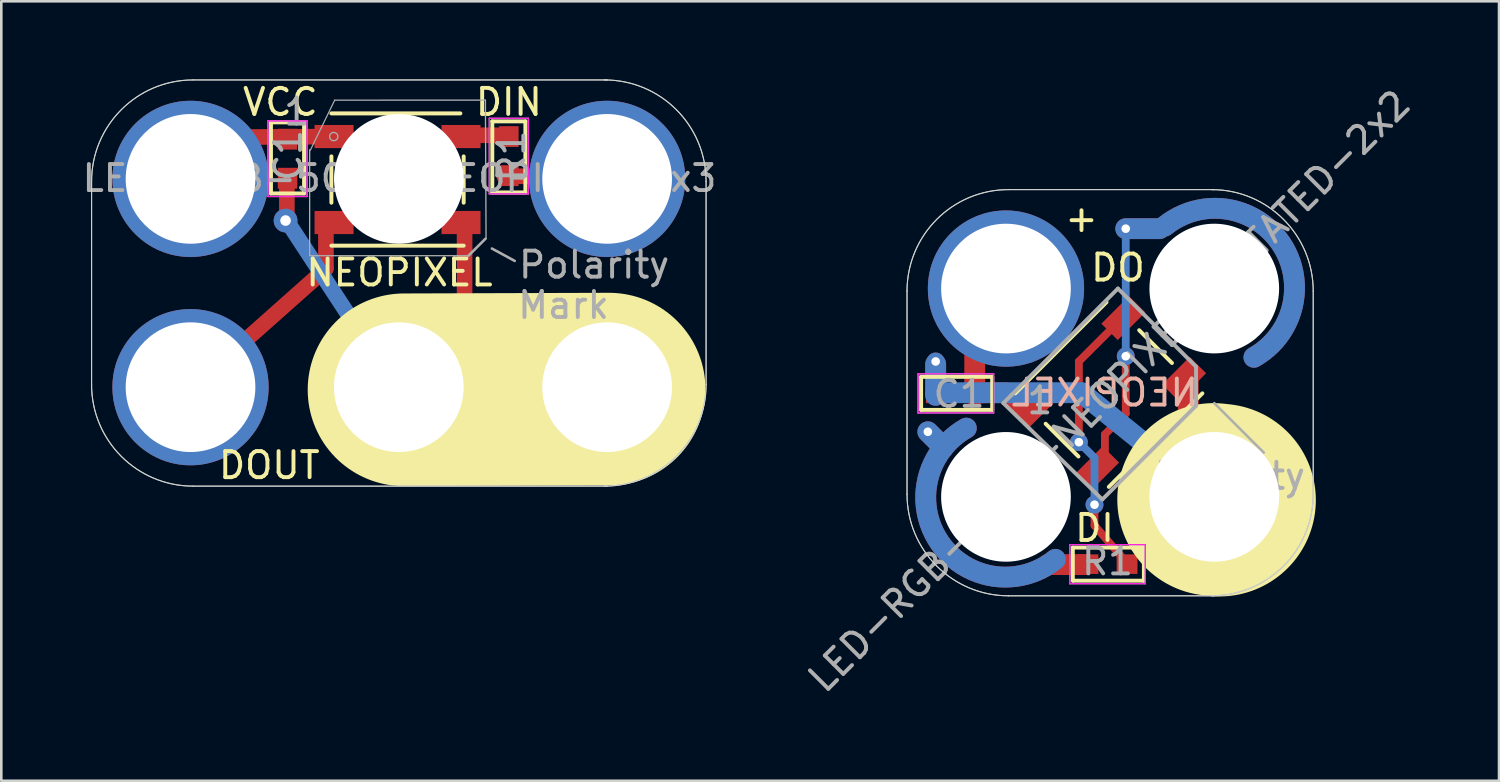
<source format=kicad_pcb>
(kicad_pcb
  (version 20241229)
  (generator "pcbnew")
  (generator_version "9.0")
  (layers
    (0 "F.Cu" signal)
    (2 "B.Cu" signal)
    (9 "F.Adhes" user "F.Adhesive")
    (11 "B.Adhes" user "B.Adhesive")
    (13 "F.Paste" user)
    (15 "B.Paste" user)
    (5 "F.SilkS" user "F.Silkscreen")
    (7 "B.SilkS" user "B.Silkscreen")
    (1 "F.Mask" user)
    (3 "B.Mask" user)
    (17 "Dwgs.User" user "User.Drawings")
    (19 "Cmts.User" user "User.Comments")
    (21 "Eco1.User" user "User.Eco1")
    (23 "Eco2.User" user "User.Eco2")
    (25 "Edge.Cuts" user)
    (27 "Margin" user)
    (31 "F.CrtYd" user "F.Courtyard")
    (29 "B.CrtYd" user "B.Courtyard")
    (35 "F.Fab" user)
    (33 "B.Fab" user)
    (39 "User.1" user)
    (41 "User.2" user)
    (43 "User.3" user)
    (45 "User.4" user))
  (footprint "LED-RGB-5050-NEOPIXEL-2x3"
    (layer "F.Cu")
    (at 4.267 11.82)
    (property "Reference" "LED-RGB-5050-NEOPIXEL-2x3" (at 8.025 -8.025 0) (layer "F.Fab") (effects (font (size 1 1) (thickness 0.15))))
    (attr through_hole)
    (fp_line (start 0.025 0.05) (end 5.2 -4.55) (stroke (width 0.6) (type solid)) (layer "F.Cu"))
    (fp_line (start 1.025 -9.6) (end 5.375 -9.625) (stroke (width 0.6) (type solid)) (layer "F.Cu"))
    (fp_line (start 3.7 -6.425) (end 3.7 -8.1) (stroke (width 0.6) (type solid)) (layer "F.Cu"))
    (fp_line (start 5.2 -4.575) (end 5.2 -6.25) (stroke (width 0.6) (type solid)) (layer "F.Cu"))
    (fp_line (start 10.4 -9.675) (end 12.1 -9.675) (stroke (width 0.6) (type solid)) (layer "F.Cu"))
    (fp_line (start 10.525 -0.05) (end 10.525 -6.275) (stroke (width 0.6) (type solid)) (layer "F.Cu"))
    (fp_line (start 12.05 -8.1) (end 13.75 -8.1) (stroke (width 0.6) (type solid)) (layer "F.Cu"))
    (fp_line (start 15 -0.1) (end 8.775 -0.1) (stroke (width 0.6) (type solid)) (layer "F.Cu"))
    (fp_arc (start -0.175 -5.225) (mid -2.779549 -8.073196) (end -0.028706 -10.780364) (stroke (width 0.8) (type solid)) (layer "F.Mask"))
    (fp_arc (start -0.171294 2.780364) (mid -2.775843 -0.067832) (end -0.025 -2.775) (stroke (width 0.8) (type solid)) (layer "F.Mask"))
    (fp_arc (start 16.171294 -10.780364) (mid 18.775843 -7.932168) (end 16.025 -5.225) (stroke (width 0.8) (type solid)) (layer "F.Mask"))
    (fp_line (start 7.9 0.025) (end 3.675 -6.425) (stroke (width 0.6) (type solid)) (layer "B.Cu"))
    (fp_line (start 3.09 -7.441) (end 3.09 -10.172) (stroke (width 0.15) (type solid)) (layer "F.SilkS"))
    (fp_line (start 4.36 -10.172) (end 3.09 -10.172) (stroke (width 0.152) (type solid)) (layer "F.SilkS"))
    (fp_line (start 4.36 -10.172) (end 4.36 -7.441) (stroke (width 0.15) (type solid)) (layer "F.SilkS"))
    (fp_line (start 4.36 -7.441) (end 3.09 -7.441) (stroke (width 0.152) (type solid)) (layer "F.SilkS"))
    (fp_line (start 5.41 -10.515) (end 10.363 -10.515) (stroke (width 0.152) (type solid)) (layer "F.SilkS"))
    (fp_line (start 5.41 -7.086) (end 5.41 -8.864) (stroke (width 0.152) (type solid)) (layer "F.SilkS"))
    (fp_line (start 10.49 -7.086) (end 10.49 -8.864) (stroke (width 0.152) (type solid)) (layer "F.SilkS"))
    (fp_line (start 10.49 -5.435) (end 5.41 -5.435) (stroke (width 0.152) (type solid)) (layer "F.SilkS"))
    (fp_line (start 11.59 -10.209) (end 12.86 -10.209) (stroke (width 0.152) (type solid)) (layer "F.SilkS"))
    (fp_line (start 11.59 -7.478) (end 11.59 -10.209) (stroke (width 0.15) (type solid)) (layer "F.SilkS"))
    (fp_line (start 11.59 -7.478) (end 12.86 -7.478) (stroke (width 0.152) (type solid)) (layer "F.SilkS"))
    (fp_line (start 12.86 -10.209) (end 12.86 -7.478) (stroke (width 0.15) (type solid)) (layer "F.SilkS"))
    (fp_line (start 16.075 0.075) (end 8.2 0.1) (stroke (width 7.4) (type solid)) (layer "F.SilkS"))
    (fp_line (start -3.8 -0.1) (end -3.8 -7.9) (stroke (width 0.041) (type solid)) (layer "Edge.Cuts"))
    (fp_line (start 16 -11.8) (end 0.1 -11.8) (stroke (width 0.041) (type solid)) (layer "Edge.Cuts"))
    (fp_line (start 16 3.8) (end 0.1 3.8) (stroke (width 0.041) (type solid)) (layer "Edge.Cuts"))
    (fp_line (start 19.8 -0.1) (end 19.8 -7.9) (stroke (width 0.041) (type solid)) (layer "Edge.Cuts"))
    (fp_arc (start -3.8 -7.9) (mid -2.657716 -10.657716) (end 0.1 -11.8) (stroke (width 0.04064) (type solid)) (layer "Edge.Cuts"))
    (fp_arc (start 0.1 3.8) (mid -2.657716 2.657716) (end -3.8 -0.1) (stroke (width 0.04064) (type solid)) (layer "Edge.Cuts"))
    (fp_arc (start 15.9 -11.8) (mid 18.657716 -10.657716) (end 19.8 -7.9) (stroke (width 0.04064) (type solid)) (layer "Edge.Cuts"))
    (fp_arc (start 19.8 -0.1) (mid 18.657716 2.657716) (end 15.9 3.8) (stroke (width 0.04064) (type solid)) (layer "Edge.Cuts"))
    (fp_line (start 2.975 -10.225) (end 2.975 -7.325) (stroke (width 0.05) (type solid)) (layer "F.CrtYd"))
    (fp_line (start 4.475 -10.225) (end 2.975 -10.225) (stroke (width 0.05) (type solid)) (layer "F.CrtYd"))
    (fp_line (start 4.475 -10.225) (end 4.475 -7.325) (stroke (width 0.05) (type solid)) (layer "F.CrtYd"))
    (fp_line (start 4.475 -7.325) (end 2.975 -7.325) (stroke (width 0.05) (type solid)) (layer "F.CrtYd"))
    (fp_line (start 11.475 -10.325) (end 12.975 -10.325) (stroke (width 0.05) (type solid)) (layer "F.CrtYd"))
    (fp_line (start 11.475 -7.425) (end 11.475 -10.325) (stroke (width 0.05) (type solid)) (layer "F.CrtYd"))
    (fp_line (start 11.475 -7.425) (end 12.975 -7.425) (stroke (width 0.05) (type solid)) (layer "F.CrtYd"))
    (fp_line (start 12.975 -7.425) (end 12.975 -10.325) (stroke (width 0.05) (type solid)) (layer "F.CrtYd"))
    (fp_line (start -3.8 -0.1) (end -3.8 -7.9) (stroke (width 0.041) (type solid)) (layer "F.Fab"))
    (fp_line (start 2.975 -10.225) (end 2.975 -7.325) (stroke (width 0.05) (type solid)) (layer "F.Fab"))
    (fp_line (start 4.475 -10.225) (end 2.975 -10.225) (stroke (width 0.05) (type solid)) (layer "F.Fab"))
    (fp_line (start 4.475 -10.225) (end 4.475 -7.325) (stroke (width 0.05) (type solid)) (layer "F.Fab"))
    (fp_line (start 4.475 -7.325) (end 2.975 -7.325) (stroke (width 0.05) (type solid)) (layer "F.Fab"))
    (fp_line (start 4.575 -9.118) (end 4.575 -5.054) (stroke (width 0.05) (type solid)) (layer "F.Fab"))
    (fp_line (start 4.575 -5.05) (end 10.675 -5.05) (stroke (width 0.05) (type solid)) (layer "F.Fab"))
    (fp_line (start 5.537 -11.023) (end 4.6 -9.1) (stroke (width 0.046) (type solid)) (layer "F.Fab"))
    (fp_line (start 11.325 -11.025) (end 5.537 -11.023) (stroke (width 0.05) (type solid)) (layer "F.Fab"))
    (fp_line (start 11.325 -5.7) (end 10.675 -5.05) (stroke (width 0.1) (type solid)) (layer "F.Fab"))
    (fp_line (start 11.35 -5.7) (end 11.325 -11.023) (stroke (width 0.05) (type solid)) (layer "F.Fab"))
    (fp_line (start 11.475 -10.325) (end 12.975 -10.325) (stroke (width 0.05) (type solid)) (layer "F.Fab"))
    (fp_line (start 11.475 -7.425) (end 11.475 -10.325) (stroke (width 0.05) (type solid)) (layer "F.Fab"))
    (fp_line (start 11.475 -7.425) (end 12.975 -7.425) (stroke (width 0.05) (type solid)) (layer "F.Fab"))
    (fp_line (start 12.45 -4.85) (end 11.575 -5.325) (stroke (width 0.1) (type solid)) (layer "F.Fab"))
    (fp_line (start 12.975 -7.425) (end 12.975 -10.325) (stroke (width 0.05) (type solid)) (layer "F.Fab"))
    (fp_line (start 16 -11.8) (end 0.1 -11.8) (stroke (width 0.041) (type solid)) (layer "F.Fab"))
    (fp_line (start 16 3.8) (end 0.1 3.8) (stroke (width 0.041) (type solid)) (layer "F.Fab"))
    (fp_line (start 19.8 -0.1) (end 19.8 -7.9) (stroke (width 0.041) (type solid)) (layer "F.Fab"))
    (fp_arc (start -3.8 -7.9) (mid -2.657716 -10.657716) (end 0.1 -11.8) (stroke (width 0.04064) (type solid)) (layer "F.Fab"))
    (fp_arc (start 0.1 3.8) (mid -2.657716 2.657716) (end -3.8 -0.1) (stroke (width 0.04064) (type solid)) (layer "F.Fab"))
    (fp_arc (start 15.9 -11.8) (mid 18.657716 -10.657716) (end 19.8 -7.9) (stroke (width 0.04064) (type solid)) (layer "F.Fab"))
    (fp_arc (start 19.8 -0.1) (mid 18.657716 2.657716) (end 15.9 3.8) (stroke (width 0.04064) (type solid)) (layer "F.Fab"))
    (fp_circle (center 5.5 -9.625) (end 5.45 -9.775) (stroke (width 0.05) (type solid)) (fill no) (layer "F.Fab"))
    (fp_text user "DIN" (at 12.225 -10.95 180) (layer "F.SilkS") (effects (font (size 1 1) (thickness 0.15))))
    (fp_text user "NEOPIXEL" (at 8.025 -4.4 0) (layer "F.SilkS") (effects (font (size 1 1) (thickness 0.15))))
    (fp_text user "VCC" (at 3.45 -10.95 0) (layer "F.SilkS") (effects (font (size 1 1) (thickness 0.15))))
    (fp_text user "DOUT" (at 3.025 3 0) (layer "F.SilkS") (effects (font (size 1 1) (thickness 0.15))))
    (fp_text user "R1" (at 12.325 -8.875 90) (layer "F.Fab") (effects (font (size 1 1) (thickness 0.15))))
    (fp_text user "1" (at 4.075 -10.575 0) (layer "F.Fab") (effects (font (size 1 1) (thickness 0.15))))
    (fp_text user "Mark" (at 14.325 -3.15 180) (layer "F.Fab") (effects (font (size 1 1) (thickness 0.15))))
    (fp_text user "Polarity" (at 15.5 -4.7 180) (layer "F.Fab") (effects (font (size 1 1) (thickness 0.15))))
    (fp_text user "C1" (at 3.75 -8.9 90) (layer "F.Fab") (effects (font (size 1 1) (thickness 0.15))))
    (pad "" np_thru_hole circle (at 8 -8) (size 4.98 4.98) (drill 4.98) (layers "*.Cu"))
    (pad "1" thru_hole circle (at 0 -8) (size 6 6) (drill 4.98) (layers "*.Cu" "B.Mask"))
    (pad "1" smd rect (at 3.725 -9.525 270) (size 0.8 0.75) (layers "F.Cu" "F.Mask" "F.Paste"))
    (pad "1" smd rect (at 5.512 -9.626 180) (size 1.499 0.889) (layers "F.Cu" "F.Mask" "F.Paste"))
    (pad "1" smd rect (at 12.225 -8.125 90) (size 0.8 0.75) (layers "F.Cu" "F.Mask" "F.Paste"))
    (pad "2" thru_hole circle (at 0 0) (size 6 6) (drill 4.98) (layers "*.Cu" "B.Mask"))
    (pad "2" smd rect (at 3.725 -8.025 270) (size 0.8 0.75) (layers "F.Cu" "F.Mask" "F.Paste"))
    (pad "2" smd rect (at 5.512 -6.324 180) (size 1.499 0.889) (layers "F.Cu" "F.Mask" "F.Paste"))
    (pad "2" smd rect (at 12.225 -9.625 90) (size 0.8 0.75) (layers "F.Cu" "F.Mask" "F.Paste"))
    (pad "3" thru_hole circle (at 8 0) (size 6 6) (drill 4.98) (layers "*.Cu" "*.Mask"))
    (pad "3" smd rect (at 10.388 -6.324 180) (size 1.499 0.889) (layers "F.Cu" "F.Mask" "F.Paste"))
    (pad "3" thru_hole circle (at 16 0) (size 6 6) (drill 4.98) (layers "*.Cu" "*.Mask"))
    (pad "4" smd rect (at 10.388 -9.626 180) (size 1.499 0.889) (layers "F.Cu" "F.Mask" "F.Paste"))
    (pad "4" thru_hole circle (at 16 -8) (size 6 6) (drill 4.98) (layers "*.Cu" "B.Mask"))
    (pad "5" thru_hole circle (at 3.65 -6.4) (size 0.914 0.914) (drill 0.406) (layers "*.Cu")))
  (footprint "LED-RGB-5050-NEOPIXEL-ROTATED-2x2"
    (layer "F.Cu")
    (at 35.584 16.032)
    (property "Reference" "LED-RGB-5050-NEOPIXEL-ROTATED-2x2" (at 3.968 -4.063 45) (layer "F.Fab") (effects (font (size 1 1) (thickness 0.15))))
    (attr through_hole)
    (fp_line (start -3 -2.5) (end -2.4 -1.9) (stroke (width 0.8) (type solid)) (layer "F.Cu"))
    (fp_line (start -2.7 -3.9) (end -2.7 -5.1) (stroke (width 0.8) (type solid)) (layer "F.Cu"))
    (fp_line (start -1.2 -4) (end -0.1 -4) (stroke (width 0.8) (type solid)) (layer "F.Cu"))
    (fp_line (start -1.2 -3.9) (end -1.2 -6.6) (stroke (width 0.8) (type solid)) (layer "F.Cu"))
    (fp_line (start 0.8 -3.3) (end 0 -4) (stroke (width 0.8) (type solid)) (layer "F.Cu"))
    (fp_line (start 1.6 2.6) (end 3.1 2.6) (stroke (width 0.8) (type solid)) (layer "F.Cu"))
    (fp_line (start 2.8 -2.1) (end 2.8 -5.2) (stroke (width 0.3) (type solid)) (layer "F.Cu"))
    (fp_line (start 3.4 0.3) (end 3.4 1.1) (stroke (width 0.3) (type solid)) (layer "F.Cu"))
    (fp_line (start 3.8 -2.4) (end 3.8 -1.5) (stroke (width 0.3) (type solid)) (layer "F.Cu"))
    (fp_line (start 3.8 -2.4) (end 4.6 -3.2) (stroke (width 0.3) (type solid)) (layer "F.Cu"))
    (fp_line (start 4.3 -6.7) (end 2.8 -5.2) (stroke (width 0.3) (type solid)) (layer "F.Cu"))
    (fp_line (start 4.6 -10.3) (end 5.9 -10.3) (stroke (width 0.8) (type solid)) (layer "F.Cu"))
    (fp_line (start 4.6 -3.2) (end 4.6 -5.4) (stroke (width 0.3) (type solid)) (layer "F.Cu"))
    (fp_line (start 4.7 2.6) (end 3.4 1.1) (stroke (width 0.3) (type solid)) (layer "F.Cu"))
    (fp_line (start 7 -1.8) (end 7 -4.5) (stroke (width 0.8) (type solid)) (layer "F.Cu"))
    (fp_arc (start 1.9 2.4) (mid -2.55409 1.742543) (end -1.522813 -2.640109) (stroke (width 0.8) (type solid)) (layer "F.Cu"))
    (fp_arc (start 6.1 -10.4) (mid 10.55409 -9.742543) (end 9.522813 -5.359891) (stroke (width 0.8) (type solid)) (layer "F.Cu"))
    (fp_arc (start 1.9 2.4) (mid -2.554158 1.742443) (end -1.522603 -2.640227) (stroke (width 0.8) (type solid)) (layer "F.Mask"))
    (fp_arc (start 6.1 -10.4) (mid 10.554158 -9.742443) (end 9.522603 -5.359773) (stroke (width 0.8) (type solid)) (layer "F.Mask"))
    (fp_line (start -3 -2.5) (end -2.4 -1.9) (stroke (width 0.8) (type solid)) (layer "B.Cu"))
    (fp_line (start -2.7 -3.9) (end -2.7 -5.1) (stroke (width 0.8) (type solid)) (layer "B.Cu"))
    (fp_line (start 2.9 -4) (end -2.7 -4) (stroke (width 0.8) (type solid)) (layer "B.Cu"))
    (fp_line (start 2.9 -4) (end 8.6 0.6) (stroke (width 0.8) (type solid)) (layer "B.Cu"))
    (fp_line (start 3.4 -1.5) (end 2.8 -2.1) (stroke (width 0.3) (type solid)) (layer "B.Cu"))
    (fp_line (start 3.4 -1.5) (end 3.4 0.4) (stroke (width 0.3) (type solid)) (layer "B.Cu"))
    (fp_line (start 4.6 -10.3) (end 5.9 -10.3) (stroke (width 0.8) (type solid)) (layer "B.Cu"))
    (fp_line (start 4.6 -5.4) (end 4.6 -10.3) (stroke (width 0.3) (type solid)) (layer "B.Cu"))
    (fp_arc (start 1.9 2.4) (mid -2.55409 1.742543) (end -1.522813 -2.640109) (stroke (width 0.8) (type solid)) (layer "B.Cu"))
    (fp_arc (start 6.1 -10.4) (mid 10.55409 -9.742543) (end 9.522813 -5.359891) (stroke (width 0.8) (type solid)) (layer "B.Cu"))
    (fp_arc (start 1.9 2.4) (mid -2.55409 1.742543) (end -1.522813 -2.640109) (stroke (width 0.8) (type solid)) (layer "B.Mask"))
    (fp_arc (start 6.1 -10.4) (mid 10.55409 -9.742543) (end 9.522813 -5.359891) (stroke (width 0.8) (type solid)) (layer "B.Mask"))
    (fp_line (start -3.259 -4.61) (end -0.528 -4.61) (stroke (width 0.15) (type solid)) (layer "F.SilkS"))
    (fp_line (start -3.259 -3.34) (end -3.259 -4.61) (stroke (width 0.152) (type solid)) (layer "F.SilkS"))
    (fp_line (start -0.528 -3.34) (end -3.259 -3.34) (stroke (width 0.15) (type solid)) (layer "F.SilkS"))
    (fp_line (start -0.528 -3.34) (end -0.528 -4.61) (stroke (width 0.152) (type solid)) (layer "F.SilkS"))
    (fp_line (start 0.358 -3.975) (end 3.86 -7.477) (stroke (width 0.152) (type solid)) (layer "F.SilkS"))
    (fp_line (start 2.567 1.949) (end 5.297 1.949) (stroke (width 0.15) (type solid)) (layer "F.SilkS"))
    (fp_line (start 2.567 3.219) (end 2.567 1.949) (stroke (width 0.152) (type solid)) (layer "F.SilkS"))
    (fp_line (start 2.783 -1.55) (end 1.525 -2.808) (stroke (width 0.152) (type solid)) (layer "F.SilkS"))
    (fp_line (start 5.297 3.219) (end 2.567 3.219) (stroke (width 0.15) (type solid)) (layer "F.SilkS"))
    (fp_line (start 5.297 3.219) (end 5.297 1.949) (stroke (width 0.152) (type solid)) (layer "F.SilkS"))
    (fp_line (start 6.375 -5.142) (end 5.117 -6.4) (stroke (width 0.152) (type solid)) (layer "F.SilkS"))
    (fp_line (start 7.542 -3.975) (end 3.95 -0.383) (stroke (width 0.152) (type solid)) (layer "F.SilkS"))
    (fp_line (start 7.975 0.1) (end 8.2 0.125) (stroke (width 7.4) (type solid)) (layer "F.SilkS"))
    (fp_line (start -3.8 -0.1) (end -3.8 -7.9) (stroke (width 0.041) (type solid)) (layer "Edge.Cuts"))
    (fp_line (start 8 -11.8) (end 0.1 -11.8) (stroke (width 0.041) (type solid)) (layer "Edge.Cuts"))
    (fp_line (start 8 3.8) (end 0.1 3.8) (stroke (width 0.041) (type solid)) (layer "Edge.Cuts"))
    (fp_line (start 11.8 -0.1) (end 11.8 -7.9) (stroke (width 0.041) (type solid)) (layer "Edge.Cuts"))
    (fp_arc (start -3.8 -7.9) (mid -2.657716 -10.657716) (end 0.1 -11.8) (stroke (width 0.04064) (type solid)) (layer "Edge.Cuts"))
    (fp_arc (start 0.1 3.8) (mid -2.657716 2.657716) (end -3.8 -0.1) (stroke (width 0.04064) (type solid)) (layer "Edge.Cuts"))
    (fp_arc (start 7.9 -11.8) (mid 10.657716 -10.657716) (end 11.8 -7.9) (stroke (width 0.04064) (type solid)) (layer "Edge.Cuts"))
    (fp_arc (start 11.8 -0.1) (mid 10.657716 2.657716) (end 7.9 3.8) (stroke (width 0.04064) (type solid)) (layer "Edge.Cuts"))
    (fp_line (start -3.375 -3.225) (end -3.375 -4.725) (stroke (width 0.05) (type solid)) (layer "F.CrtYd"))
    (fp_line (start -0.475 -4.725) (end -3.375 -4.725) (stroke (width 0.05) (type solid)) (layer "F.CrtYd"))
    (fp_line (start -0.475 -3.225) (end -3.375 -3.225) (stroke (width 0.05) (type solid)) (layer "F.CrtYd"))
    (fp_line (start -0.475 -3.225) (end -0.475 -4.725) (stroke (width 0.05) (type solid)) (layer "F.CrtYd"))
    (fp_line (start 2.45 3.334) (end 2.45 1.834) (stroke (width 0.05) (type solid)) (layer "F.CrtYd"))
    (fp_line (start 5.35 1.834) (end 2.45 1.834) (stroke (width 0.05) (type solid)) (layer "F.CrtYd"))
    (fp_line (start 5.35 3.334) (end 2.45 3.334) (stroke (width 0.05) (type solid)) (layer "F.CrtYd"))
    (fp_line (start 5.35 3.334) (end 5.35 1.834) (stroke (width 0.05) (type solid)) (layer "F.CrtYd"))
    (fp_line (start -3.8 -0.1) (end -3.8 -7.9) (stroke (width 0.041) (type solid)) (layer "F.Fab"))
    (fp_line (start -3.375 -3.225) (end -3.375 -4.725) (stroke (width 0.05) (type solid)) (layer "F.Fab"))
    (fp_line (start -0.475 -4.725) (end -3.375 -4.725) (stroke (width 0.05) (type solid)) (layer "F.Fab"))
    (fp_line (start -0.475 -3.225) (end -3.375 -3.225) (stroke (width 0.05) (type solid)) (layer "F.Fab"))
    (fp_line (start -0.475 -3.225) (end -0.475 -4.725) (stroke (width 0.05) (type solid)) (layer "F.Fab"))
    (fp_line (start -0.1 -3.6) (end 0.2 -3.9) (stroke (width 0.15) (type solid)) (layer "F.Fab"))
    (fp_line (start 0.2 -3.9) (end 4.3 -8) (stroke (width 0.15) (type solid)) (layer "F.Fab"))
    (fp_line (start 2.45 3.334) (end 2.45 1.834) (stroke (width 0.05) (type solid)) (layer "F.Fab"))
    (fp_line (start 3.7 0.1) (end -0.1 -3.6) (stroke (width 0.15) (type solid)) (layer "F.Fab"))
    (fp_line (start 4.3 -8) (end 7.3 -5) (stroke (width 0.15) (type solid)) (layer "F.Fab"))
    (fp_line (start 5.35 1.834) (end 2.45 1.834) (stroke (width 0.05) (type solid)) (layer "F.Fab"))
    (fp_line (start 5.35 3.334) (end 2.45 3.334) (stroke (width 0.05) (type solid)) (layer "F.Fab"))
    (fp_line (start 5.35 3.334) (end 5.35 1.834) (stroke (width 0.05) (type solid)) (layer "F.Fab"))
    (fp_line (start 7.3 -5) (end 7.3 -3.5) (stroke (width 0.15) (type solid)) (layer "F.Fab"))
    (fp_line (start 7.3 -3.5) (end 3.7 0.1) (stroke (width 0.15) (type solid)) (layer "F.Fab"))
    (fp_line (start 8 -11.8) (end 0.1 -11.8) (stroke (width 0.041) (type solid)) (layer "F.Fab"))
    (fp_line (start 8 3.8) (end 0.1 3.8) (stroke (width 0.041) (type solid)) (layer "F.Fab"))
    (fp_line (start 9.9 -1.7) (end 8 -3.6) (stroke (width 0.1) (type solid)) (layer "F.Fab"))
    (fp_line (start 11.8 -0.1) (end 11.8 -7.9) (stroke (width 0.041) (type solid)) (layer "F.Fab"))
    (fp_arc (start -3.8 -7.9) (mid -2.657716 -10.657716) (end 0.1 -11.8) (stroke (width 0.04064) (type solid)) (layer "F.Fab"))
    (fp_arc (start 0.1 3.8) (mid -2.657716 2.657716) (end -3.8 -0.1) (stroke (width 0.04064) (type solid)) (layer "F.Fab"))
    (fp_arc (start 7.9 -11.8) (mid 10.657716 -10.657716) (end 11.8 -7.9) (stroke (width 0.04064) (type solid)) (layer "F.Fab"))
    (fp_arc (start 11.8 -0.1) (mid 10.657716 2.657716) (end 7.9 3.8) (stroke (width 0.04064) (type solid)) (layer "F.Fab"))
    (fp_text user "DO" (at 4.3 -8.8 0) (layer "F.SilkS") (effects (font (size 1 1) (thickness 0.15))))
    (fp_text user "DI" (at 3.4 1.2 0) (layer "F.SilkS") (effects (font (size 1 1) (thickness 0.15))))
    (fp_text user "+" (at 2.9 -10.7 0) (layer "F.SilkS") (effects (font (size 1 1) (thickness 0.15))))
    (fp_text user "NEOPIXEL" (at 3.8 -4 180) (layer "B.SilkS") (effects (font (size 1 1) (thickness 0.15)) (justify mirror)))
    (fp_text user "1" (at 1.3 -3.7 0) (layer "F.Fab") (effects (font (size 1 1) (thickness 0.15))))
    (fp_text user "Polarity" (at 8.6 -0.8 180) (layer "F.Fab") (effects (font (size 1 1) (thickness 0.15))))
    (fp_text user "Mark" (at 7.425 0.75 180) (layer "F.Fab") (effects (font (size 1 1) (thickness 0.15))))
    (fp_text user "R1" (at 3.9 2.484 180) (layer "F.Fab") (effects (font (size 1 1) (thickness 0.15))))
    (fp_text user "C1" (at -1.8 -3.95 0) (layer "F.Fab") (effects (font (size 1 1) (thickness 0.15))))
    (pad "" np_thru_hole circle (at 0 0) (size 4.98 4.98) (drill 4.98) (layers "*.Cu"))
    (pad "" np_thru_hole circle (at 8 -8) (size 4.98 4.98) (drill 4.98) (layers "*.Cu"))
    (pad "3" thru_hole circle (at -2.7 -5.2) (size 0.686 0.686) (drill 0.33) (layers "*.Cu"))
    (pad "DIN" thru_hole circle (at 2.8 -2.1) (size 0.686 0.686) (drill 0.33) (layers "*.Cu"))
    (pad "DIN" thru_hole circle (at 3.4 0.3) (size 0.686 0.686) (drill 0.33) (layers "*.Cu"))
    (pad "DIN" smd rect (at 4.507 -6.867 225) (size 1.499 0.889) (layers "F.Cu" "F.Mask" "F.Paste"))
    (pad "DIN" smd rect (at 4.65 2.584 180) (size 0.8 0.75) (layers "F.Cu" "F.Mask" "F.Paste"))
    (pad "DIN2" thru_hole circle (at -3 -2.5) (size 0.686 0.686) (drill 0.33) (layers "*.Cu"))
    (pad "DIN2" smd rect (at 3.15 2.584 180) (size 0.8 0.75) (layers "F.Cu" "F.Mask" "F.Paste"))
    (pad "DOUT" smd rect (at 3.5 -1.1 225) (size 1.499 0.889) (layers "F.Cu" "F.Mask" "F.Paste"))
    (pad "DOUT" thru_hole circle (at 4.6 -10.3) (size 0.686 0.686) (drill 0.33) (layers "*.Cu"))
    (pad "DOUT" thru_hole circle (at 4.6 -5.4) (size 0.686 0.686) (drill 0.33) (layers "*.Cu"))
    (pad "GND" smd rect (at -2.675 -3.975 180) (size 0.8 0.75) (layers "F.Cu" "F.Mask" "F.Paste"))
    (pad "GND" smd rect (at 6.842 -4.532 225) (size 1.499 0.889) (layers "F.Cu" "F.Mask" "F.Paste"))
    (pad "GND" thru_hole circle (at 8 0) (size 6 6) (drill 4.98) (layers "*.Cu" "*.Mask"))
    (pad "VCC" smd rect (at -1.175 -3.975 180) (size 0.8 0.75) (layers "F.Cu" "F.Mask" "F.Paste"))
    (pad "VCC" thru_hole circle (at 0 -8) (size 6 6) (drill 4.98) (layers "*.Cu" "*.Mask"))
    (pad "VCC" smd rect (at 1.1 -3.5 225) (size 1.499 0.889) (layers "F.Cu" "F.Mask" "F.Paste")))
  (gr_rect
    (start -3 -3)
    (end 54.52 26.936)
    (stroke (width 0.1) (type default))
    (fill no)
    (layer "Edge.Cuts")))
</source>
